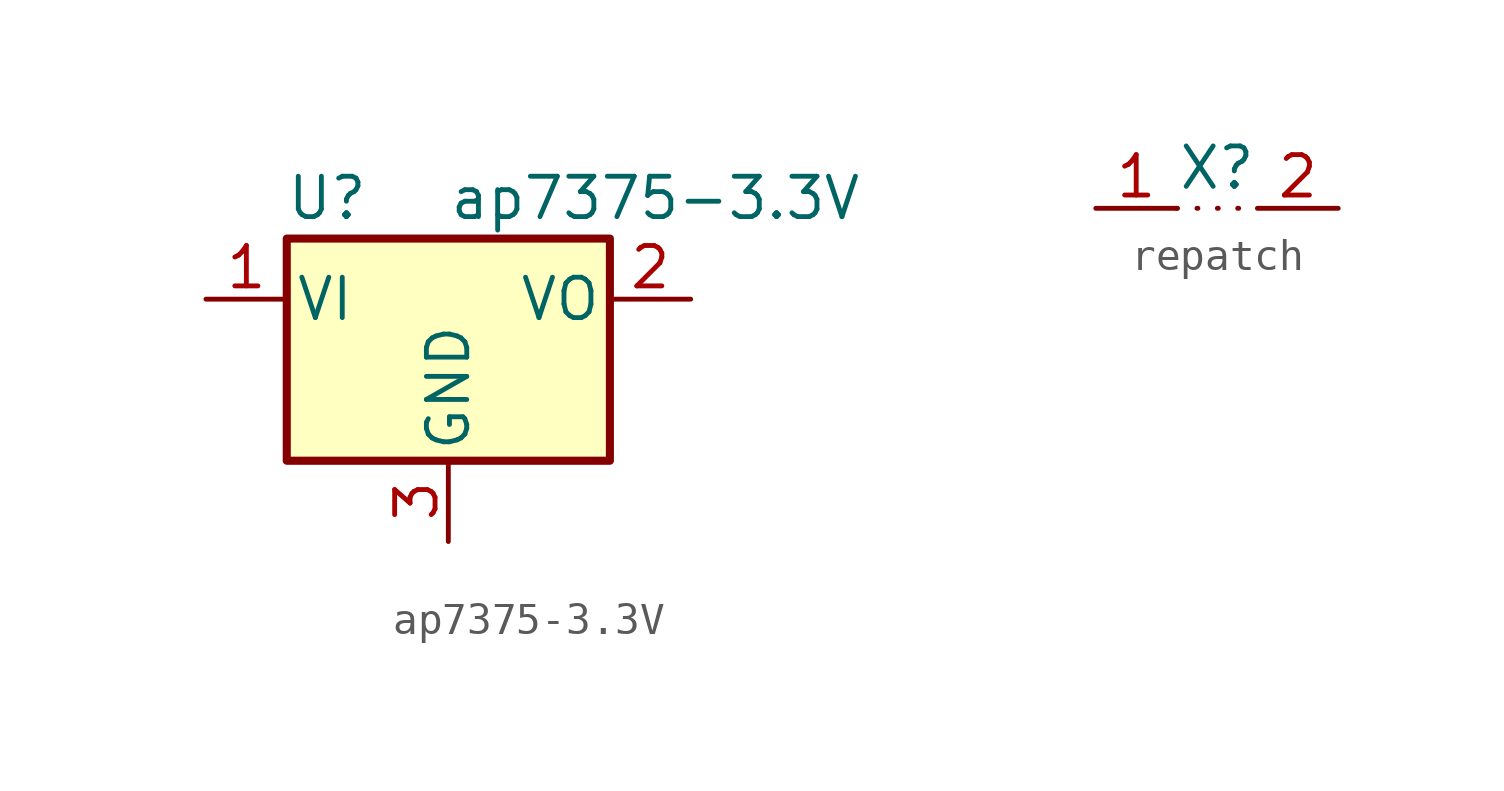
<source format=kicad_sym>
(kicad_symbol_lib
  (version 20220914)
  (generator kicad_symbol_editor)
  (symbol "ap7375-3.3V"
    (pin_names
      (offset 0.254))
    (property "Reference" "U"
      (at -3.81 3.175 0)
      (effects (font (size 1.27 1.27))))
    (property "Value" "ap7375-3.3V"
      (at 0 3.175 0)
      (effects (font (size 1.27 1.27)) (justify left)))
    (symbol "ap7375-3.3V_0_1"
      (rectangle (start -5.08 1.905) (end 5.08 -5.08) (stroke (width 0.254) (type default)) (fill (type background))))
    (symbol "ap7375-3.3V_1_1"
      (pin power_in line (at -7.62 0 0) (length 2.54) (name "VI" (effects (font (size 1.27 1.27)))) (number "1" (effects (font (size 1.27 1.27)))))
      (pin power_out line (at 7.62 0 180) (length 2.54) (name "VO" (effects (font (size 1.27 1.27)))) (number "2" (effects (font (size 1.27 1.27)))))
      (pin power_in line (at 0 -7.62 90) (length 2.54) (name "GND" (effects (font (size 1.27 1.27)))) (number "3" (effects (font (size 1.27 1.27)))))))
  (symbol "repatch"
    (property "Reference" "X"
      (at 0 1.27 0)
      (effects (font (size 1.27 1.27))))
    (property "Value" ""
      (at 0 0 0)
      (effects (font (size 1.27 1.27))))
    (symbol "repatch_1_1"
      (polyline (pts (xy -1.27 0) (xy 1.27 0)) (stroke (width 0) (type dot)) (fill (type none)))
      (pin input line (at -3.81 0 0) (length 2.54) (name "" (effects (font (size 1.27 1.27)))) (number "1" (effects (font (size 1.27 1.27)))))
      (pin input line (at 3.81 0 180) (length 2.54) (name "" (effects (font (size 1.27 1.27)))) (number "2" (effects (font (size 1.27 1.27))))))))
</source>
